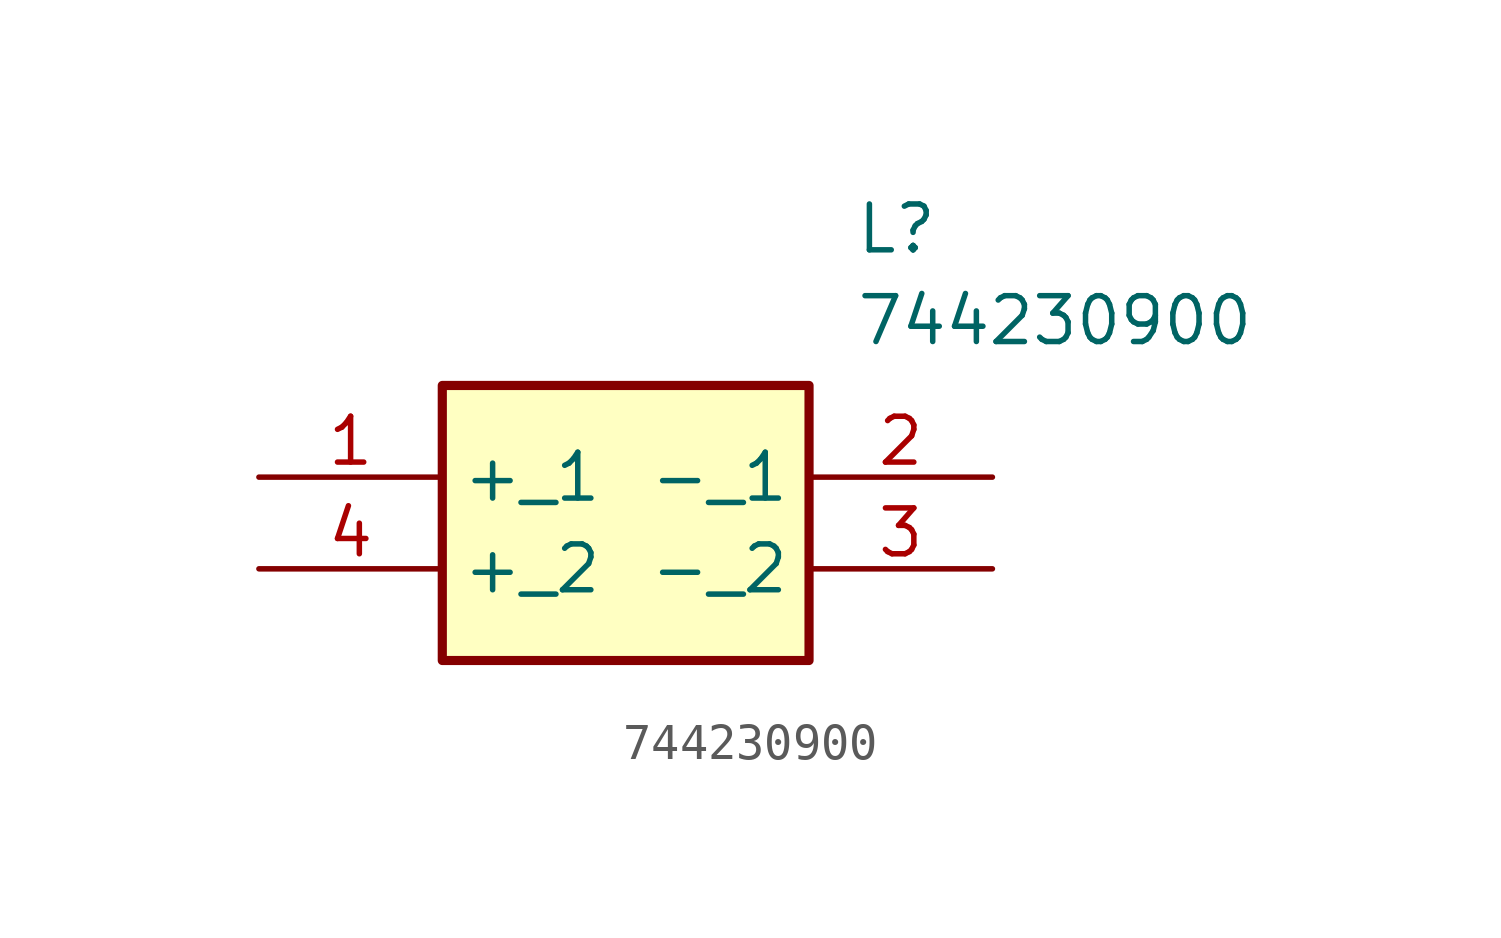
<source format=kicad_sym>
(kicad_symbol_lib
  (version 20211014)
  (generator SamacSys_ECAD_Model)
  (symbol "744230900"
    (property "Reference" "L"
      (at 16.51 7.62 0)
      (effects (font (size 1.27 1.27)) (justify left top)))
    (property "Value" "744230900"
      (at 16.51 5.08 0)
      (effects (font (size 1.27 1.27)) (justify left top)))
    (rectangle
      (start 5.08 2.54)
      (end 15.24 -5.08)
      (stroke (width 0.254) (type default))
      (fill (type background)))
    (pin passive line
      (at 0 0 0)
      (length 5.08)
      (name "+_1" (effects (font (size 1.27 1.27))))
      (number "1" (effects (font (size 1.27 1.27)))))
    (pin passive line
      (at 20.32 0 180)
      (length 5.08)
      (name "-_1" (effects (font (size 1.27 1.27))))
      (number "2" (effects (font (size 1.27 1.27)))))
    (pin passive line
      (at 20.32 -2.54 180)
      (length 5.08)
      (name "-_2" (effects (font (size 1.27 1.27))))
      (number "3" (effects (font (size 1.27 1.27)))))
    (pin passive line
      (at 0 -2.54 0)
      (length 5.08)
      (name "+_2" (effects (font (size 1.27 1.27))))
      (number "4" (effects (font (size 1.27 1.27)))))))
</source>
